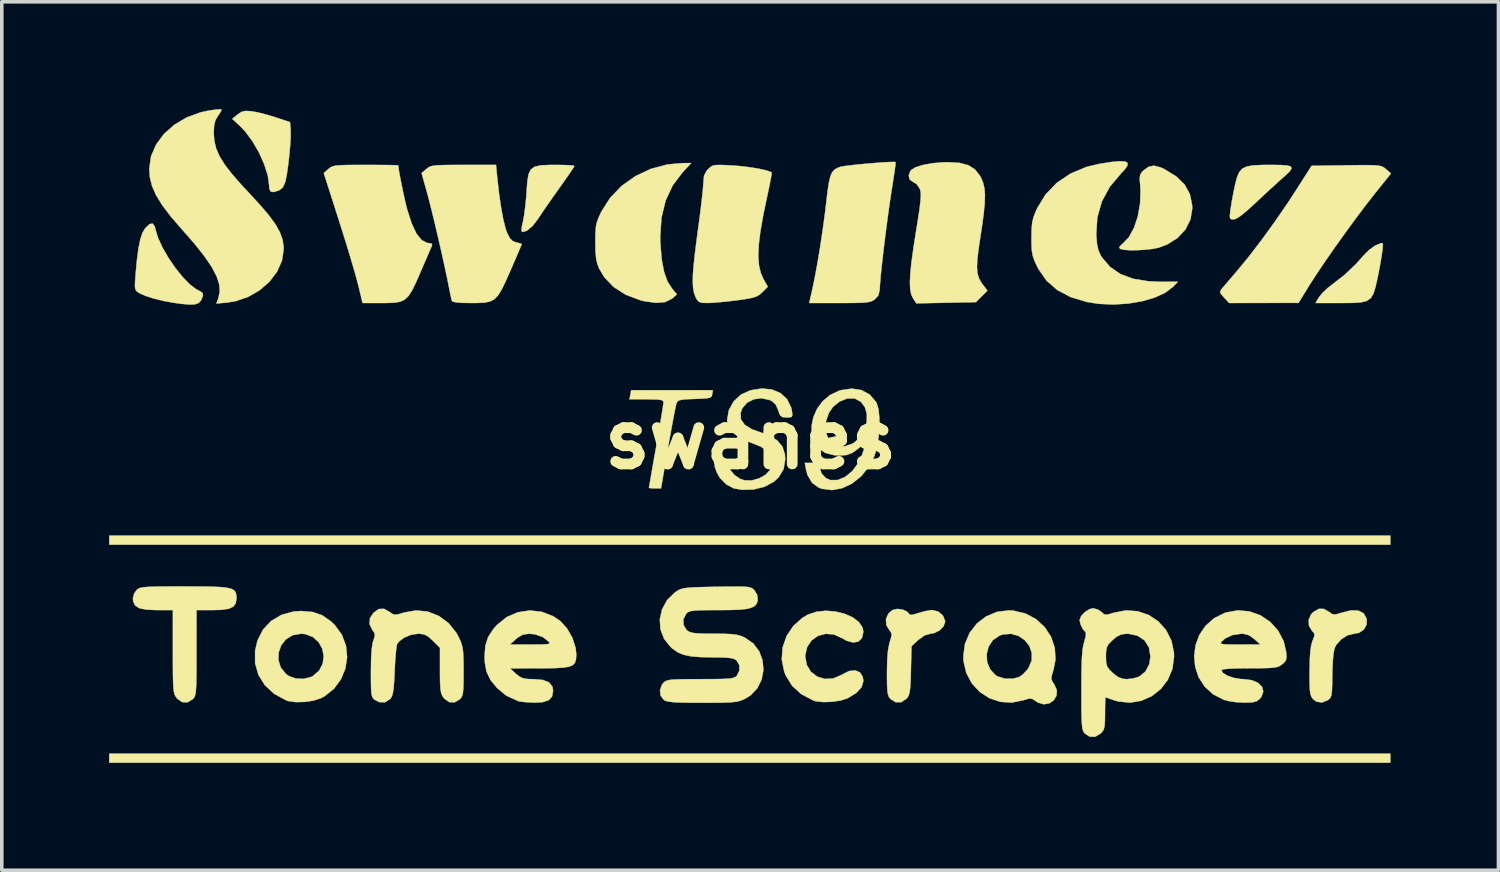
<source format=kicad_pcb>
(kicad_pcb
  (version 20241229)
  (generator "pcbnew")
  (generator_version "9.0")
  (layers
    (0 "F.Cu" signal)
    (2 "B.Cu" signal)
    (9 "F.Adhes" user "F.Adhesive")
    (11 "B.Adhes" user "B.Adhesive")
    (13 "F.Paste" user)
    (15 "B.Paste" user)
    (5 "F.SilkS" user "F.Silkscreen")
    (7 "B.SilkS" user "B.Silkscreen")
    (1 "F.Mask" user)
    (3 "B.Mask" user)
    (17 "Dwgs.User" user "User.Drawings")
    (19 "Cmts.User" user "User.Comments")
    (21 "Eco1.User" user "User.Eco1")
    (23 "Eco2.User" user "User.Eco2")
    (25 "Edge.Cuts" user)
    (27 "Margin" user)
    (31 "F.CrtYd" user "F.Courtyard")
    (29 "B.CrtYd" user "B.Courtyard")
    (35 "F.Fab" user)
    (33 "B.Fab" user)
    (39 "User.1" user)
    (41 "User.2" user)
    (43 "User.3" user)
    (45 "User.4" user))
  (footprint "swanes"
    (layer "F.Cu")
    (at 17.937 9.231)
    (property "Reference" "swanes" (at 0 0 0) (layer "F.SilkS") (effects (font (size 1.524 1.524) (thickness 0.3))))
    (attr through_hole)
    (fp_poly (pts (xy 17.882 2.946) (xy -17.932 2.946) (xy -17.932 2.692) (xy 17.882 2.692) (xy 17.882 2.946)) (stroke (width 0.01) (type solid)) (fill yes) (layer "F.SilkS"))
    (fp_poly (pts (xy 17.882 9.042) (xy -17.932 9.042) (xy -17.932 8.788) (xy 17.882 8.788) (xy 17.882 9.042)) (stroke (width 0.01) (type solid)) (fill yes) (layer "F.SilkS"))
    (fp_poly (pts (xy 17.674 -5.44) (xy 17.664 -5.311) (xy 17.637 -5.118) (xy 17.597 -4.878) (xy 17.545 -4.609) (xy 17.522 -4.499) (xy 17.466 -4.25) (xy 17.409 -4.069) (xy 17.335 -3.946) (xy 17.227 -3.87) (xy 17.069 -3.829) (xy 16.845 -3.813) (xy 16.537 -3.81) (xy 16.498 -3.81) (xy 15.793 -3.81) (xy 15.885 -3.967) (xy 15.977 -4.083) (xy 16.119 -4.219) (xy 16.231 -4.307) (xy 16.611 -4.604) (xy 16.925 -4.903) (xy 17.11 -5.112) (xy 17.283 -5.289) (xy 17.462 -5.418) (xy 17.623 -5.482) (xy 17.665 -5.486) (xy 17.674 -5.44)) (stroke (width 0.01) (type solid)) (fill yes) (layer "F.SilkS"))
    (fp_poly (pts (xy -13.977 -9.173) (xy -13.945 -9.169) (xy -13.771 -9.137) (xy -13.547 -9.08) (xy -13.316 -9.012) (xy -13.284 -9.001) (xy -12.878 -8.865) (xy -12.861 -8.636) (xy -12.861 -8.464) (xy -12.874 -8.224) (xy -12.899 -7.948) (xy -12.931 -7.667) (xy -12.967 -7.413) (xy -13.005 -7.219) (xy -13.01 -7.199) (xy -13.083 -7.036) (xy -13.188 -6.957) (xy -13.341 -6.912) (xy -13.425 -6.929) (xy -13.459 -7.017) (xy -13.463 -7.099) (xy -13.5 -7.372) (xy -13.599 -7.686) (xy -13.746 -8.015) (xy -13.928 -8.33) (xy -14.132 -8.606) (xy -14.27 -8.751) (xy -14.494 -8.958) (xy -14.346 -9.079) (xy -14.24 -9.152) (xy -14.132 -9.18) (xy -13.977 -9.173)) (stroke (width 0.01) (type solid)) (fill yes) (layer "F.SilkS"))
    (fp_poly (pts (xy -5.237 -7.668) (xy -5.063 -7.661) (xy -4.954 -7.65) (xy -4.928 -7.641) (xy -4.956 -7.591) (xy -5.033 -7.475) (xy -5.149 -7.307) (xy -5.292 -7.104) (xy -5.353 -7.019) (xy -5.522 -6.781) (xy -5.685 -6.548) (xy -5.825 -6.345) (xy -5.924 -6.195) (xy -5.938 -6.173) (xy -6.098 -5.962) (xy -6.256 -5.833) (xy -6.381 -5.793) (xy -6.408 -5.827) (xy -6.399 -5.938) (xy -6.367 -6.083) (xy -6.334 -6.262) (xy -6.302 -6.504) (xy -6.275 -6.771) (xy -6.265 -6.924) (xy -6.244 -7.21) (xy -6.21 -7.412) (xy -6.146 -7.544) (xy -6.036 -7.621) (xy -5.866 -7.659) (xy -5.618 -7.67) (xy -5.454 -7.671) (xy -5.237 -7.668)) (stroke (width 0.01) (type solid)) (fill yes) (layer "F.SilkS"))
    (fp_poly (pts (xy 14.804 -7.668) (xy 14.997 -7.655) (xy 15.101 -7.626) (xy 15.122 -7.572) (xy 15.066 -7.487) (xy 14.938 -7.365) (xy 14.853 -7.29) (xy 14.725 -7.175) (xy 14.546 -7.012) (xy 14.34 -6.822) (xy 14.131 -6.625) (xy 14.122 -6.617) (xy 13.88 -6.396) (xy 13.697 -6.247) (xy 13.569 -6.166) (xy 13.501 -6.147) (xy 13.433 -6.152) (xy 13.4 -6.181) (xy 13.396 -6.26) (xy 13.413 -6.411) (xy 13.419 -6.45) (xy 13.453 -6.668) (xy 13.501 -6.921) (xy 13.541 -7.11) (xy 13.594 -7.317) (xy 13.656 -7.466) (xy 13.743 -7.566) (xy 13.871 -7.627) (xy 14.058 -7.658) (xy 14.319 -7.67) (xy 14.516 -7.671) (xy 14.804 -7.668)) (stroke (width 0.01) (type solid)) (fill yes) (layer "F.SilkS"))
    (fp_poly (pts (xy 11.45 -7.605) (xy 11.569 -7.551) (xy 11.899 -7.347) (xy 12.134 -7.117) (xy 12.279 -6.851) (xy 12.341 -6.544) (xy 12.344 -6.448) (xy 12.294 -6.143) (xy 12.155 -5.866) (xy 11.935 -5.63) (xy 11.646 -5.448) (xy 11.419 -5.361) (xy 11.25 -5.325) (xy 11.037 -5.3) (xy 10.809 -5.287) (xy 10.595 -5.286) (xy 10.424 -5.298) (xy 10.325 -5.325) (xy 10.304 -5.372) (xy 10.368 -5.443) (xy 10.402 -5.469) (xy 10.575 -5.653) (xy 10.718 -5.915) (xy 10.823 -6.234) (xy 10.886 -6.59) (xy 10.898 -6.961) (xy 10.888 -7.117) (xy 10.875 -7.287) (xy 10.889 -7.392) (xy 10.935 -7.469) (xy 10.978 -7.512) (xy 11.125 -7.619) (xy 11.273 -7.649) (xy 11.45 -7.605)) (stroke (width 0.01) (type solid)) (fill yes) (layer "F.SilkS"))
    (fp_poly (pts (xy -1.902 -7.466) (xy -2.18 -7.098) (xy -2.378 -6.675) (xy -2.494 -6.196) (xy -2.531 -5.656) (xy -2.525 -5.461) (xy -2.488 -5.027) (xy -2.422 -4.68) (xy -2.325 -4.41) (xy -2.198 -4.212) (xy -2.063 -4.051) (xy -2.203 -3.93) (xy -2.389 -3.837) (xy -2.647 -3.814) (xy -2.977 -3.861) (xy -3.086 -3.888) (xy -3.494 -4.041) (xy -3.833 -4.258) (xy -4.095 -4.533) (xy -4.236 -4.772) (xy -4.289 -4.909) (xy -4.322 -5.059) (xy -4.339 -5.252) (xy -4.343 -5.513) (xy -4.341 -5.755) (xy -4.329 -5.928) (xy -4.301 -6.067) (xy -4.25 -6.205) (xy -4.173 -6.368) (xy -3.929 -6.751) (xy -3.608 -7.084) (xy -3.225 -7.356) (xy -2.795 -7.559) (xy -2.333 -7.683) (xy -1.911 -7.721) (xy -1.662 -7.722) (xy -1.902 -7.466)) (stroke (width 0.01) (type solid)) (fill yes) (layer "F.SilkS"))
    (fp_poly (pts (xy -16.664 -5.957) (xy -16.641 -5.869) (xy -16.569 -5.631) (xy -16.443 -5.359) (xy -16.278 -5.074) (xy -16.087 -4.794) (xy -15.885 -4.541) (xy -15.685 -4.335) (xy -15.503 -4.196) (xy -15.442 -4.165) (xy -15.337 -4.106) (xy -15.312 -4.036) (xy -15.321 -3.994) (xy -15.366 -3.883) (xy -15.432 -3.811) (xy -15.535 -3.773) (xy -15.692 -3.767) (xy -15.92 -3.787) (xy -16.127 -3.816) (xy -16.411 -3.867) (xy -16.686 -3.935) (xy -16.923 -4.011) (xy -17.092 -4.086) (xy -17.112 -4.098) (xy -17.17 -4.141) (xy -17.203 -4.195) (xy -17.215 -4.284) (xy -17.21 -4.432) (xy -17.198 -4.589) (xy -17.159 -5.012) (xy -17.115 -5.344) (xy -17.063 -5.596) (xy -17.003 -5.776) (xy -16.93 -5.897) (xy -16.929 -5.898) (xy -16.81 -6.013) (xy -16.723 -6.033) (xy -16.664 -5.957)) (stroke (width 0.01) (type solid)) (fill yes) (layer "F.SilkS"))
    (fp_poly (pts (xy 17.417 -7.662) (xy 17.541 -7.652) (xy 17.625 -7.635) (xy 17.685 -7.609) (xy 17.735 -7.573) (xy 17.76 -7.552) (xy 17.9 -7.432) (xy 17.456 -6.878) (xy 17.204 -6.556) (xy 16.923 -6.183) (xy 16.63 -5.782) (xy 16.338 -5.374) (xy 16.063 -4.979) (xy 15.82 -4.618) (xy 15.623 -4.313) (xy 15.604 -4.282) (xy 15.316 -3.814) (xy 14.348 -3.812) (xy 13.379 -3.81) (xy 13.234 -3.962) (xy 13.145 -4.063) (xy 13.122 -4.128) (xy 13.155 -4.19) (xy 13.166 -4.203) (xy 13.231 -4.279) (xy 13.343 -4.41) (xy 13.486 -4.576) (xy 13.581 -4.687) (xy 13.923 -5.102) (xy 14.291 -5.582) (xy 14.666 -6.101) (xy 15.03 -6.632) (xy 15.238 -6.951) (xy 15.681 -7.645) (xy 16.65 -7.659) (xy 16.987 -7.664) (xy 17.237 -7.665) (xy 17.417 -7.662)) (stroke (width 0.01) (type solid)) (fill yes) (layer "F.SilkS"))
    (fp_poly (pts (xy -1.076 -1.257) (xy -1.09 -1.204) (xy -1.127 -1.169) (xy -1.206 -1.148) (xy -1.348 -1.137) (xy -1.564 -1.128) (xy -1.787 -1.12) (xy -1.929 -1.106) (xy -2.012 -1.084) (xy -2.055 -1.047) (xy -2.076 -1.001) (xy -2.096 -0.92) (xy -2.13 -0.754) (xy -2.175 -0.521) (xy -2.227 -0.235) (xy -2.285 0.086) (xy -2.312 0.241) (xy -2.507 1.372) (xy -2.676 1.372) (xy -2.79 1.368) (xy -2.844 1.359) (xy -2.845 1.357) (xy -2.836 1.305) (xy -2.812 1.168) (xy -2.776 0.958) (xy -2.729 0.692) (xy -2.674 0.382) (xy -2.642 0.202) (xy -2.584 -0.131) (xy -2.532 -0.433) (xy -2.489 -0.689) (xy -2.458 -0.884) (xy -2.441 -1.003) (xy -2.439 -1.029) (xy -2.45 -1.071) (xy -2.495 -1.097) (xy -2.593 -1.111) (xy -2.762 -1.117) (xy -2.914 -1.118) (xy -3.39 -1.118) (xy -3.365 -1.245) (xy -3.341 -1.372) (xy -1.06 -1.372) (xy -1.076 -1.257)) (stroke (width 0.01) (type solid)) (fill yes) (layer "F.SilkS"))
    (fp_poly (pts (xy 4.052 -7.749) (xy 4.049 -7.698) (xy 4.032 -7.563) (xy 4.003 -7.363) (xy 3.965 -7.114) (xy 3.939 -6.954) (xy 3.894 -6.66) (xy 3.846 -6.321) (xy 3.797 -5.955) (xy 3.749 -5.58) (xy 3.705 -5.213) (xy 3.667 -4.874) (xy 3.636 -4.579) (xy 3.616 -4.347) (xy 3.607 -4.195) (xy 3.607 -4.182) (xy 3.568 -4.02) (xy 3.473 -3.915) (xy 3.416 -3.876) (xy 3.349 -3.848) (xy 3.256 -3.83) (xy 3.118 -3.818) (xy 2.92 -3.812) (xy 2.646 -3.81) (xy 2.487 -3.81) (xy 1.635 -3.81) (xy 1.709 -4.128) (xy 1.782 -4.472) (xy 1.86 -4.891) (xy 1.938 -5.355) (xy 2.011 -5.837) (xy 2.075 -6.309) (xy 2.11 -6.604) (xy 2.149 -6.933) (xy 2.186 -7.175) (xy 2.227 -7.347) (xy 2.276 -7.462) (xy 2.342 -7.538) (xy 2.429 -7.588) (xy 2.508 -7.617) (xy 2.599 -7.635) (xy 2.761 -7.656) (xy 2.972 -7.68) (xy 3.21 -7.702) (xy 3.454 -7.723) (xy 3.682 -7.74) (xy 3.873 -7.751) (xy 4.003 -7.755) (xy 4.052 -7.749)) (stroke (width 0.01) (type solid)) (fill yes) (layer "F.SilkS"))
    (fp_poly (pts (xy 5.838 -7.727) (xy 6.085 -7.662) (xy 6.271 -7.544) (xy 6.411 -7.365) (xy 6.439 -7.314) (xy 6.497 -7.176) (xy 6.534 -7.02) (xy 6.549 -6.831) (xy 6.542 -6.597) (xy 6.513 -6.3) (xy 6.463 -5.928) (xy 6.423 -5.671) (xy 6.369 -5.307) (xy 6.336 -5.026) (xy 6.326 -4.811) (xy 6.339 -4.645) (xy 6.377 -4.511) (xy 6.44 -4.393) (xy 6.488 -4.326) (xy 6.617 -4.155) (xy 6.457 -3.995) (xy 6.297 -3.835) (xy 4.632 -3.8) (xy 4.538 -3.943) (xy 4.489 -4.047) (xy 4.46 -4.189) (xy 4.451 -4.379) (xy 4.462 -4.626) (xy 4.494 -4.942) (xy 4.548 -5.337) (xy 4.62 -5.799) (xy 4.678 -6.159) (xy 4.719 -6.432) (xy 4.744 -6.635) (xy 4.756 -6.781) (xy 4.755 -6.885) (xy 4.742 -6.961) (xy 4.726 -7.006) (xy 4.639 -7.135) (xy 4.54 -7.194) (xy 4.446 -7.26) (xy 4.418 -7.373) (xy 4.462 -7.496) (xy 4.494 -7.535) (xy 4.618 -7.608) (xy 4.821 -7.67) (xy 5.078 -7.717) (xy 5.367 -7.743) (xy 5.512 -7.746) (xy 5.838 -7.727)) (stroke (width 0.01) (type solid)) (fill yes) (layer "F.SilkS"))
    (fp_poly (pts (xy -10.475 -7.67) (xy -10.222 -7.668) (xy -10.024 -7.665) (xy -9.896 -7.662) (xy -9.855 -7.658) (xy -9.844 -7.568) (xy -9.816 -7.405) (xy -9.775 -7.194) (xy -9.727 -6.961) (xy -9.678 -6.731) (xy -9.631 -6.532) (xy -9.601 -6.414) (xy -9.477 -6.032) (xy -9.344 -5.75) (xy -9.201 -5.57) (xy -9.048 -5.49) (xy -9.003 -5.486) (xy -8.913 -5.466) (xy -8.907 -5.423) (xy -8.937 -5.355) (xy -8.998 -5.213) (xy -9.084 -5.015) (xy -9.185 -4.78) (xy -9.22 -4.699) (xy -9.355 -4.39) (xy -9.466 -4.163) (xy -9.568 -4.004) (xy -9.677 -3.902) (xy -9.806 -3.844) (xy -9.972 -3.818) (xy -10.189 -3.81) (xy -10.305 -3.81) (xy -10.851 -3.81) (xy -10.97 -4.305) (xy -11.019 -4.491) (xy -11.093 -4.754) (xy -11.188 -5.074) (xy -11.296 -5.433) (xy -11.414 -5.811) (xy -11.512 -6.121) (xy -11.935 -7.442) (xy -11.807 -7.556) (xy -11.756 -7.597) (xy -11.7 -7.627) (xy -11.621 -7.647) (xy -11.504 -7.66) (xy -11.334 -7.667) (xy -11.093 -7.67) (xy -10.767 -7.671) (xy -10.767 -7.671) (xy -10.475 -7.67)) (stroke (width 0.01) (type solid)) (fill yes) (layer "F.SilkS"))
    (fp_poly (pts (xy -7.087 -7.328) (xy -7.036 -6.875) (xy -6.978 -6.474) (xy -6.916 -6.14) (xy -6.851 -5.886) (xy -6.812 -5.776) (xy -6.734 -5.622) (xy -6.653 -5.54) (xy -6.555 -5.504) (xy -6.448 -5.478) (xy -6.401 -5.458) (xy -6.401 -5.458) (xy -6.42 -5.408) (xy -6.473 -5.282) (xy -6.552 -5.096) (xy -6.652 -4.866) (xy -6.706 -4.74) (xy -6.846 -4.424) (xy -6.96 -4.189) (xy -7.063 -4.023) (xy -7.169 -3.914) (xy -7.292 -3.851) (xy -7.446 -3.82) (xy -7.646 -3.811) (xy -7.802 -3.81) (xy -8.067 -3.814) (xy -8.241 -3.828) (xy -8.334 -3.852) (xy -8.355 -3.873) (xy -8.375 -3.955) (xy -8.406 -4.101) (xy -8.434 -4.242) (xy -8.491 -4.526) (xy -8.566 -4.876) (xy -8.652 -5.267) (xy -8.746 -5.672) (xy -8.839 -6.069) (xy -8.928 -6.433) (xy -9.005 -6.738) (xy -9.048 -6.896) (xy -9.201 -7.442) (xy -9.068 -7.556) (xy -9.016 -7.597) (xy -8.958 -7.627) (xy -8.878 -7.648) (xy -8.76 -7.66) (xy -8.588 -7.667) (xy -8.346 -7.67) (xy -8.028 -7.671) (xy -7.12 -7.671) (xy -7.087 -7.328)) (stroke (width 0.01) (type solid)) (fill yes) (layer "F.SilkS"))
    (fp_poly (pts (xy 4.251 4.761) (xy 4.375 4.819) (xy 4.411 4.86) (xy 4.448 4.903) (xy 4.51 4.909) (xy 4.626 4.878) (xy 4.693 4.856) (xy 4.868 4.807) (xy 5.031 4.778) (xy 5.082 4.775) (xy 5.245 4.817) (xy 5.373 4.926) (xy 5.434 5.073) (xy 5.436 5.102) (xy 5.39 5.232) (xy 5.275 5.347) (xy 5.121 5.421) (xy 5.022 5.436) (xy 4.859 5.483) (xy 4.686 5.609) (xy 4.496 5.783) (xy 4.479 6.46) (xy 4.471 6.74) (xy 4.46 6.937) (xy 4.443 7.07) (xy 4.418 7.159) (xy 4.382 7.222) (xy 4.356 7.252) (xy 4.209 7.349) (xy 4.05 7.35) (xy 3.912 7.264) (xy 3.869 7.212) (xy 3.84 7.142) (xy 3.822 7.036) (xy 3.813 6.875) (xy 3.81 6.638) (xy 3.81 6.53) (xy 3.817 6.167) (xy 3.84 5.893) (xy 3.879 5.695) (xy 3.889 5.665) (xy 3.933 5.52) (xy 3.94 5.436) (xy 3.909 5.377) (xy 3.889 5.355) (xy 3.792 5.197) (xy 3.781 5.025) (xy 3.851 4.869) (xy 3.967 4.773) (xy 4.1 4.742) (xy 4.251 4.761)) (stroke (width 0.01) (type solid)) (fill yes) (layer "F.SilkS"))
    (fp_poly (pts (xy 10.468 -7.766) (xy 10.538 -7.723) (xy 10.529 -7.644) (xy 10.444 -7.527) (xy 10.36 -7.44) (xy 10.042 -7.063) (xy 9.819 -6.651) (xy 9.691 -6.207) (xy 9.66 -5.734) (xy 9.663 -5.684) (xy 9.683 -5.453) (xy 9.719 -5.288) (xy 9.78 -5.15) (xy 9.822 -5.082) (xy 10.049 -4.817) (xy 10.336 -4.62) (xy 10.689 -4.488) (xy 11.116 -4.418) (xy 11.445 -4.404) (xy 11.942 -4.404) (xy 11.807 -4.263) (xy 11.589 -4.097) (xy 11.293 -3.961) (xy 10.938 -3.859) (xy 10.545 -3.793) (xy 10.133 -3.768) (xy 9.722 -3.787) (xy 9.401 -3.838) (xy 8.946 -3.975) (xy 8.57 -4.173) (xy 8.271 -4.434) (xy 8.044 -4.76) (xy 8.016 -4.814) (xy 7.936 -4.985) (xy 7.887 -5.125) (xy 7.861 -5.269) (xy 7.851 -5.453) (xy 7.85 -5.638) (xy 7.854 -5.879) (xy 7.87 -6.055) (xy 7.904 -6.203) (xy 7.964 -6.359) (xy 8.013 -6.466) (xy 8.248 -6.85) (xy 8.561 -7.173) (xy 8.943 -7.429) (xy 9.387 -7.614) (xy 9.732 -7.697) (xy 10.069 -7.751) (xy 10.313 -7.774) (xy 10.468 -7.766)) (stroke (width 0.01) (type solid)) (fill yes) (layer "F.SilkS"))
    (fp_poly (pts (xy -12.248 4.828) (xy -11.98 4.92) (xy -11.737 5.089) (xy -11.627 5.194) (xy -11.428 5.466) (xy -11.315 5.771) (xy -11.283 6.091) (xy -11.331 6.409) (xy -11.454 6.708) (xy -11.649 6.972) (xy -11.913 7.183) (xy -12.016 7.238) (xy -12.219 7.305) (xy -12.466 7.342) (xy -12.716 7.348) (xy -12.927 7.319) (xy -12.982 7.301) (xy -13.32 7.118) (xy -13.582 6.876) (xy -13.762 6.588) (xy -13.855 6.263) (xy -13.855 6.173) (xy -13.204 6.173) (xy -13.139 6.378) (xy -12.997 6.556) (xy -12.91 6.62) (xy -12.717 6.689) (xy -12.492 6.697) (xy -12.285 6.643) (xy -12.245 6.623) (xy -12.065 6.467) (xy -11.965 6.274) (xy -11.937 6.064) (xy -11.977 5.857) (xy -12.079 5.672) (xy -12.238 5.528) (xy -12.449 5.447) (xy -12.573 5.436) (xy -12.808 5.478) (xy -12.994 5.593) (xy -13.126 5.76) (xy -13.197 5.96) (xy -13.204 6.173) (xy -13.855 6.173) (xy -13.856 5.912) (xy -13.788 5.624) (xy -13.634 5.321) (xy -13.406 5.079) (xy -13.116 4.907) (xy -12.779 4.815) (xy -12.573 4.801) (xy -12.248 4.828)) (stroke (width 0.01) (type solid)) (fill yes) (layer "F.SilkS"))
    (fp_poly (pts (xy 2.371 4.815) (xy 2.627 4.879) (xy 2.85 4.978) (xy 3.024 5.109) (xy 3.128 5.264) (xy 3.15 5.379) (xy 3.113 5.551) (xy 3.013 5.654) (xy 2.864 5.682) (xy 2.679 5.631) (xy 2.561 5.563) (xy 2.33 5.457) (xy 2.098 5.438) (xy 1.882 5.496) (xy 1.703 5.622) (xy 1.577 5.808) (xy 1.525 6.043) (xy 1.524 6.071) (xy 1.568 6.311) (xy 1.686 6.502) (xy 1.86 6.635) (xy 2.072 6.7) (xy 2.303 6.688) (xy 2.534 6.59) (xy 2.551 6.579) (xy 2.75 6.479) (xy 2.924 6.461) (xy 3.057 6.518) (xy 3.135 6.648) (xy 3.15 6.762) (xy 3.1 6.93) (xy 2.955 7.089) (xy 2.722 7.233) (xy 2.707 7.241) (xy 2.514 7.303) (xy 2.275 7.339) (xy 2.031 7.347) (xy 1.823 7.324) (xy 1.75 7.302) (xy 1.412 7.123) (xy 1.158 6.892) (xy 0.979 6.601) (xy 0.937 6.494) (xy 0.869 6.156) (xy 0.893 5.82) (xy 1.003 5.501) (xy 1.192 5.218) (xy 1.451 4.988) (xy 1.602 4.9) (xy 1.84 4.82) (xy 2.103 4.794) (xy 2.371 4.815)) (stroke (width 0.01) (type solid)) (fill yes) (layer "F.SilkS"))
    (fp_poly (pts (xy 16.026 4.743) (xy 16.168 4.826) (xy 16.256 4.886) (xy 16.336 4.9) (xy 16.45 4.872) (xy 16.511 4.851) (xy 16.776 4.785) (xy 16.987 4.789) (xy 17.134 4.865) (xy 17.143 4.875) (xy 17.224 5.026) (xy 17.219 5.182) (xy 17.142 5.319) (xy 17.006 5.411) (xy 16.867 5.436) (xy 16.686 5.479) (xy 16.508 5.592) (xy 16.37 5.748) (xy 16.322 5.844) (xy 16.298 5.965) (xy 16.277 6.16) (xy 16.264 6.399) (xy 16.259 6.614) (xy 16.256 6.869) (xy 16.249 7.043) (xy 16.235 7.154) (xy 16.209 7.223) (xy 16.169 7.268) (xy 16.143 7.287) (xy 15.972 7.359) (xy 15.814 7.334) (xy 15.718 7.259) (xy 15.678 7.204) (xy 15.651 7.13) (xy 15.634 7.019) (xy 15.626 6.852) (xy 15.624 6.611) (xy 15.625 6.484) (xy 15.631 6.161) (xy 15.646 5.923) (xy 15.672 5.751) (xy 15.709 5.63) (xy 15.758 5.506) (xy 15.759 5.434) (xy 15.712 5.373) (xy 15.693 5.356) (xy 15.608 5.217) (xy 15.599 5.052) (xy 15.666 4.896) (xy 15.729 4.83) (xy 15.885 4.74) (xy 16.026 4.743)) (stroke (width 0.01) (type solid)) (fill yes) (layer "F.SilkS"))
    (fp_poly (pts (xy -15.412 4.116) (xy -15.08 4.12) (xy -14.827 4.131) (xy -14.644 4.15) (xy -14.518 4.181) (xy -14.439 4.224) (xy -14.397 4.284) (xy -14.379 4.362) (xy -14.376 4.445) (xy -14.396 4.583) (xy -14.463 4.678) (xy -14.591 4.738) (xy -14.795 4.768) (xy -15.048 4.775) (xy -15.494 4.775) (xy -15.494 5.969) (xy -15.494 6.349) (xy -15.496 6.64) (xy -15.501 6.856) (xy -15.509 7.01) (xy -15.522 7.116) (xy -15.541 7.185) (xy -15.567 7.231) (xy -15.596 7.264) (xy -15.744 7.354) (xy -15.899 7.347) (xy -16.039 7.245) (xy -16.049 7.232) (xy -16.083 7.184) (xy -16.109 7.127) (xy -16.127 7.049) (xy -16.14 6.935) (xy -16.148 6.771) (xy -16.152 6.544) (xy -16.154 6.24) (xy -16.154 5.937) (xy -16.154 4.775) (xy -16.612 4.775) (xy -16.893 4.763) (xy -17.088 4.724) (xy -17.207 4.65) (xy -17.263 4.537) (xy -17.272 4.445) (xy -17.237 4.314) (xy -17.17 4.216) (xy -17.133 4.185) (xy -17.086 4.16) (xy -17.014 4.142) (xy -16.906 4.13) (xy -16.748 4.122) (xy -16.528 4.117) (xy -16.233 4.115) (xy -15.849 4.115) (xy -15.836 4.115) (xy -15.412 4.116)) (stroke (width 0.01) (type solid)) (fill yes) (layer "F.SilkS"))
    (fp_poly (pts (xy -14.794 -9.223) (xy -14.808 -9.174) (xy -14.868 -9.076) (xy -14.893 -9.042) (xy -14.965 -8.919) (xy -15.001 -8.775) (xy -15.011 -8.572) (xy -15.011 -8.567) (xy -14.996 -8.346) (xy -14.945 -8.134) (xy -14.852 -7.917) (xy -14.707 -7.683) (xy -14.504 -7.419) (xy -14.235 -7.111) (xy -14.02 -6.881) (xy -13.707 -6.541) (xy -13.464 -6.254) (xy -13.285 -6.008) (xy -13.163 -5.79) (xy -13.09 -5.589) (xy -13.059 -5.393) (xy -13.056 -5.313) (xy -13.105 -4.991) (xy -13.243 -4.684) (xy -13.455 -4.405) (xy -13.729 -4.166) (xy -14.051 -3.98) (xy -14.409 -3.859) (xy -14.635 -3.823) (xy -14.938 -3.796) (xy -14.886 -3.933) (xy -14.843 -4.12) (xy -14.856 -4.324) (xy -14.929 -4.552) (xy -15.065 -4.813) (xy -15.269 -5.113) (xy -15.544 -5.461) (xy -15.895 -5.864) (xy -15.899 -5.867) (xy -16.212 -6.229) (xy -16.451 -6.543) (xy -16.623 -6.822) (xy -16.736 -7.08) (xy -16.798 -7.329) (xy -16.814 -7.563) (xy -16.765 -7.909) (xy -16.625 -8.236) (xy -16.406 -8.533) (xy -16.118 -8.79) (xy -15.772 -8.996) (xy -15.379 -9.141) (xy -15.141 -9.191) (xy -14.971 -9.215) (xy -14.846 -9.226) (xy -14.794 -9.223)) (stroke (width 0.01) (type solid)) (fill yes) (layer "F.SilkS"))
    (fp_poly (pts (xy -0.661 -7.663) (xy -0.516 -7.655) (xy -0.262 -7.635) (xy -0.005 -7.602) (xy 0.232 -7.563) (xy 0.426 -7.52) (xy 0.554 -7.477) (xy 0.586 -7.457) (xy 0.582 -7.404) (xy 0.559 -7.27) (xy 0.521 -7.076) (xy 0.471 -6.838) (xy 0.458 -6.781) (xy 0.347 -6.247) (xy 0.269 -5.799) (xy 0.224 -5.425) (xy 0.212 -5.116) (xy 0.232 -4.859) (xy 0.284 -4.644) (xy 0.361 -4.472) (xy 0.478 -4.264) (xy 0.326 -4.112) (xy 0.248 -4.043) (xy 0.164 -3.994) (xy 0.049 -3.956) (xy -0.119 -3.924) (xy -0.363 -3.889) (xy -0.383 -3.886) (xy -0.642 -3.855) (xy -0.894 -3.83) (xy -1.103 -3.814) (xy -1.201 -3.811) (xy -1.357 -3.815) (xy -1.447 -3.842) (xy -1.505 -3.907) (xy -1.544 -3.983) (xy -1.584 -4.092) (xy -1.609 -4.227) (xy -1.619 -4.399) (xy -1.614 -4.619) (xy -1.591 -4.9) (xy -1.552 -5.254) (xy -1.496 -5.692) (xy -1.473 -5.859) (xy -1.428 -6.198) (xy -1.388 -6.517) (xy -1.356 -6.797) (xy -1.333 -7.02) (xy -1.322 -7.166) (xy -1.321 -7.195) (xy -1.303 -7.371) (xy -1.237 -7.5) (xy -1.189 -7.553) (xy -1.127 -7.611) (xy -1.066 -7.648) (xy -0.982 -7.666) (xy -0.855 -7.67) (xy -0.661 -7.663)) (stroke (width 0.01) (type solid)) (fill yes) (layer "F.SilkS"))
    (fp_poly (pts (xy 7.341 4.79) (xy 7.682 4.871) (xy 7.978 5.029) (xy 8.22 5.252) (xy 8.398 5.524) (xy 8.501 5.831) (xy 8.521 6.158) (xy 8.464 6.449) (xy 8.417 6.602) (xy 8.406 6.697) (xy 8.432 6.772) (xy 8.486 6.85) (xy 8.559 7.014) (xy 8.549 7.168) (xy 8.473 7.296) (xy 8.35 7.382) (xy 8.196 7.409) (xy 8.031 7.361) (xy 7.966 7.318) (xy 7.875 7.258) (xy 7.791 7.247) (xy 7.667 7.281) (xy 7.641 7.291) (xy 7.305 7.361) (xy 6.977 7.34) (xy 6.672 7.237) (xy 6.403 7.063) (xy 6.184 6.826) (xy 6.029 6.537) (xy 5.95 6.205) (xy 5.944 6.071) (xy 5.952 6.006) (xy 6.597 6.006) (xy 6.61 6.225) (xy 6.691 6.428) (xy 6.842 6.591) (xy 6.903 6.63) (xy 7.103 6.691) (xy 7.328 6.694) (xy 7.517 6.641) (xy 7.627 6.557) (xy 7.741 6.431) (xy 7.763 6.4) (xy 7.855 6.189) (xy 7.86 5.977) (xy 7.792 5.781) (xy 7.663 5.616) (xy 7.487 5.497) (xy 7.279 5.438) (xy 7.05 5.456) (xy 6.959 5.487) (xy 6.773 5.613) (xy 6.652 5.794) (xy 6.597 6.006) (xy 5.952 6.006) (xy 5.99 5.722) (xy 6.12 5.412) (xy 6.322 5.151) (xy 6.582 4.951) (xy 6.887 4.825) (xy 7.226 4.783) (xy 7.341 4.79)) (stroke (width 0.01) (type solid)) (fill yes) (layer "F.SilkS"))
    (fp_poly (pts (xy -5.842 4.822) (xy -5.523 4.946) (xy -5.324 5.08) (xy -5.133 5.29) (xy -4.984 5.554) (xy -4.894 5.834) (xy -4.877 6.001) (xy -4.882 6.136) (xy -4.908 6.236) (xy -4.966 6.308) (xy -5.069 6.355) (xy -5.231 6.383) (xy -5.465 6.397) (xy -5.782 6.402) (xy -5.917 6.402) (xy -6.731 6.404) (xy -6.565 6.555) (xy -6.46 6.639) (xy -6.357 6.685) (xy -6.219 6.703) (xy -6.075 6.706) (xy -5.812 6.728) (xy -5.635 6.798) (xy -5.542 6.918) (xy -5.524 7.028) (xy -5.553 7.189) (xy -5.647 7.294) (xy -5.815 7.349) (xy -6.04 7.362) (xy -6.236 7.354) (xy -6.407 7.337) (xy -6.503 7.319) (xy -6.836 7.165) (xy -7.094 6.951) (xy -7.279 6.722) (xy -7.387 6.494) (xy -7.434 6.229) (xy -7.44 6.071) (xy -7.418 5.773) (xy -7.406 5.737) (xy -6.731 5.737) (xy -6.153 5.739) (xy -5.905 5.738) (xy -5.744 5.733) (xy -5.655 5.722) (xy -5.623 5.702) (xy -5.634 5.671) (xy -5.642 5.661) (xy -5.806 5.532) (xy -6.028 5.453) (xy -6.194 5.436) (xy -6.37 5.46) (xy -6.52 5.548) (xy -6.565 5.587) (xy -6.731 5.737) (xy -7.406 5.737) (xy -7.342 5.531) (xy -7.197 5.308) (xy -7.094 5.19) (xy -6.822 4.971) (xy -6.511 4.836) (xy -6.178 4.786) (xy -5.842 4.822)) (stroke (width 0.01) (type solid)) (fill yes) (layer "F.SilkS"))
    (fp_poly (pts (xy 13.945 4.812) (xy 14.254 4.923) (xy 14.526 5.107) (xy 14.747 5.352) (xy 14.902 5.651) (xy 14.969 5.938) (xy 14.981 6.091) (xy 14.961 6.185) (xy 14.896 6.26) (xy 14.858 6.291) (xy 14.798 6.333) (xy 14.729 6.363) (xy 14.634 6.382) (xy 14.495 6.394) (xy 14.295 6.399) (xy 14.014 6.401) (xy 13.938 6.401) (xy 13.616 6.404) (xy 13.374 6.414) (xy 13.219 6.429) (xy 13.158 6.45) (xy 13.157 6.452) (xy 13.204 6.533) (xy 13.325 6.608) (xy 13.496 6.668) (xy 13.69 6.702) (xy 13.773 6.705) (xy 14.007 6.734) (xy 14.185 6.81) (xy 14.296 6.921) (xy 14.33 7.055) (xy 14.278 7.2) (xy 14.224 7.264) (xy 14.146 7.322) (xy 14.038 7.352) (xy 13.871 7.362) (xy 13.78 7.362) (xy 13.565 7.349) (xy 13.358 7.318) (xy 13.232 7.285) (xy 12.928 7.13) (xy 12.693 6.916) (xy 12.526 6.657) (xy 12.428 6.368) (xy 12.398 6.065) (xy 12.436 5.762) (xy 12.46 5.695) (xy 13.141 5.695) (xy 13.16 5.718) (xy 13.234 5.731) (xy 13.376 5.738) (xy 13.601 5.739) (xy 13.672 5.739) (xy 14.249 5.737) (xy 14.083 5.587) (xy 13.93 5.477) (xy 13.767 5.437) (xy 13.713 5.436) (xy 13.474 5.471) (xy 13.266 5.567) (xy 13.16 5.661) (xy 13.141 5.695) (xy 12.46 5.695) (xy 12.541 5.474) (xy 12.714 5.217) (xy 12.953 5.004) (xy 13.259 4.851) (xy 13.277 4.845) (xy 13.614 4.783) (xy 13.945 4.812)) (stroke (width 0.01) (type solid)) (fill yes) (layer "F.SilkS"))
    (fp_poly (pts (xy 0.595 -1.391) (xy 0.836 -1.289) (xy 1.018 -1.12) (xy 1.131 -0.889) (xy 1.151 -0.799) (xy 1.166 -0.675) (xy 1.141 -0.622) (xy 1.054 -0.61) (xy 1.005 -0.61) (xy 0.891 -0.619) (xy 0.826 -0.665) (xy 0.779 -0.777) (xy 0.767 -0.817) (xy 0.701 -0.97) (xy 0.598 -1.063) (xy 0.522 -1.1) (xy 0.299 -1.148) (xy 0.083 -1.118) (xy -0.104 -1.021) (xy -0.236 -0.866) (xy -0.283 -0.736) (xy -0.272 -0.555) (xy -0.164 -0.402) (xy 0.035 -0.279) (xy 0.194 -0.223) (xy 0.514 -0.109) (xy 0.741 0.031) (xy 0.886 0.204) (xy 0.956 0.42) (xy 0.965 0.559) (xy 0.92 0.832) (xy 0.783 1.061) (xy 0.648 1.186) (xy 0.386 1.327) (xy 0.077 1.404) (xy -0.245 1.413) (xy -0.477 1.37) (xy -0.685 1.26) (xy -0.861 1.079) (xy -0.946 0.929) (xy -1.007 0.762) (xy -1.007 0.665) (xy -0.94 0.62) (xy -0.813 0.61) (xy -0.682 0.617) (xy -0.623 0.65) (xy -0.61 0.725) (xy -0.61 0.73) (xy -0.565 0.868) (xy -0.449 1.003) (xy -0.292 1.107) (xy -0.17 1.148) (xy 0.032 1.149) (xy 0.241 1.091) (xy 0.421 0.989) (xy 0.534 0.862) (xy 0.605 0.657) (xy 0.588 0.482) (xy 0.478 0.332) (xy 0.274 0.201) (xy 0.022 0.101) (xy -0.289 -0.032) (xy -0.508 -0.191) (xy -0.632 -0.375) (xy -0.66 -0.53) (xy -0.613 -0.811) (xy -0.479 -1.056) (xy -0.273 -1.249) (xy -0.011 -1.369) (xy 0.309 -1.42) (xy 0.595 -1.391)) (stroke (width 0.01) (type solid)) (fill yes) (layer "F.SilkS"))
    (fp_poly (pts (xy -10.093 4.828) (xy -10.011 4.886) (xy -9.939 4.906) (xy -9.838 4.889) (xy -9.702 4.846) (xy -9.361 4.785) (xy -9.028 4.817) (xy -8.718 4.939) (xy -8.445 5.141) (xy -8.223 5.419) (xy -8.147 5.563) (xy -8.097 5.679) (xy -8.063 5.793) (xy -8.042 5.929) (xy -8.031 6.109) (xy -8.027 6.357) (xy -8.027 6.49) (xy -8.028 6.767) (xy -8.034 6.962) (xy -8.046 7.093) (xy -8.068 7.177) (xy -8.102 7.235) (xy -8.128 7.264) (xy -8.276 7.354) (xy -8.431 7.347) (xy -8.571 7.245) (xy -8.582 7.232) (xy -8.626 7.165) (xy -8.656 7.085) (xy -8.674 6.972) (xy -8.684 6.805) (xy -8.687 6.563) (xy -8.687 6.464) (xy -8.687 5.83) (xy -8.884 5.633) (xy -9.017 5.513) (xy -9.131 5.454) (xy -9.266 5.436) (xy -9.297 5.436) (xy -9.497 5.466) (xy -9.688 5.545) (xy -9.834 5.655) (xy -9.886 5.729) (xy -9.903 5.811) (xy -9.921 5.972) (xy -9.939 6.191) (xy -9.953 6.444) (xy -9.954 6.484) (xy -9.968 6.768) (xy -9.984 6.969) (xy -10.006 7.104) (xy -10.035 7.194) (xy -10.075 7.255) (xy -10.079 7.259) (xy -10.221 7.352) (xy -10.384 7.348) (xy -10.504 7.287) (xy -10.549 7.25) (xy -10.58 7.202) (xy -10.6 7.125) (xy -10.611 7.001) (xy -10.616 6.813) (xy -10.617 6.543) (xy -10.617 6.498) (xy -10.612 6.133) (xy -10.595 5.864) (xy -10.567 5.683) (xy -10.548 5.622) (xy -10.507 5.5) (xy -10.519 5.416) (xy -10.573 5.338) (xy -10.657 5.167) (xy -10.642 4.995) (xy -10.543 4.849) (xy -10.397 4.745) (xy -10.251 4.74) (xy -10.093 4.828)) (stroke (width 0.01) (type solid)) (fill yes) (layer "F.SilkS"))
    (fp_poly (pts (xy 3.101 -1.374) (xy 3.331 -1.247) (xy 3.505 -1.042) (xy 3.521 -1.012) (xy 3.572 -0.846) (xy 3.597 -0.61) (xy 3.597 -0.332) (xy 3.573 -0.041) (xy 3.527 0.234) (xy 3.461 0.461) (xy 3.299 0.776) (xy 3.085 1.038) (xy 2.833 1.238) (xy 2.556 1.368) (xy 2.272 1.42) (xy 1.993 1.384) (xy 1.903 1.351) (xy 1.716 1.216) (xy 1.59 1.003) (xy 1.547 0.846) (xy 1.513 0.66) (xy 1.722 0.66) (xy 1.855 0.667) (xy 1.916 0.699) (xy 1.93 0.77) (xy 1.93 0.776) (xy 1.977 0.949) (xy 2.098 1.084) (xy 2.226 1.141) (xy 2.436 1.138) (xy 2.648 1.048) (xy 2.845 0.884) (xy 3.01 0.659) (xy 3.099 0.471) (xy 3.167 0.278) (xy 3.192 0.17) (xy 3.171 0.141) (xy 3.101 0.182) (xy 3.022 0.248) (xy 2.849 0.376) (xy 2.675 0.441) (xy 2.462 0.454) (xy 2.332 0.445) (xy 2.085 0.381) (xy 1.9 0.253) (xy 1.776 0.074) (xy 1.711 -0.141) (xy 1.708 -0.226) (xy 2.089 -0.226) (xy 2.17 -0.02) (xy 2.231 0.055) (xy 2.415 0.176) (xy 2.62 0.199) (xy 2.84 0.125) (xy 2.901 0.088) (xy 3.073 -0.072) (xy 3.188 -0.272) (xy 3.246 -0.489) (xy 3.247 -0.705) (xy 3.192 -0.899) (xy 3.079 -1.05) (xy 2.91 -1.139) (xy 2.894 -1.143) (xy 2.694 -1.14) (xy 2.489 -1.057) (xy 2.307 -0.914) (xy 2.187 -0.743) (xy 2.095 -0.471) (xy 2.089 -0.226) (xy 1.708 -0.226) (xy 1.703 -0.376) (xy 1.752 -0.618) (xy 1.855 -0.852) (xy 2.01 -1.063) (xy 2.218 -1.237) (xy 2.475 -1.36) (xy 2.52 -1.373) (xy 2.827 -1.417) (xy 3.101 -1.374)) (stroke (width 0.01) (type solid)) (fill yes) (layer "F.SilkS"))
    (fp_poly (pts (xy 9.706 4.76) (xy 9.806 4.828) (xy 9.875 4.888) (xy 9.944 4.905) (xy 10.049 4.882) (xy 10.138 4.853) (xy 10.485 4.784) (xy 10.819 4.807) (xy 11.127 4.912) (xy 11.395 5.09) (xy 11.612 5.332) (xy 11.762 5.628) (xy 11.833 5.967) (xy 11.836 6.071) (xy 11.791 6.416) (xy 11.663 6.723) (xy 11.466 6.98) (xy 11.214 7.18) (xy 10.921 7.31) (xy 10.6 7.363) (xy 10.266 7.328) (xy 10.135 7.288) (xy 10.007 7.243) (xy 9.929 7.217) (xy 9.919 7.214) (xy 9.913 7.261) (xy 9.909 7.386) (xy 9.906 7.568) (xy 9.906 7.662) (xy 9.903 7.883) (xy 9.892 8.027) (xy 9.866 8.12) (xy 9.822 8.187) (xy 9.788 8.221) (xy 9.631 8.316) (xy 9.474 8.312) (xy 9.347 8.23) (xy 9.314 8.191) (xy 9.289 8.14) (xy 9.271 8.065) (xy 9.259 7.951) (xy 9.251 7.784) (xy 9.247 7.551) (xy 9.246 7.238) (xy 9.246 7.012) (xy 9.247 6.617) (xy 9.252 6.308) (xy 9.262 6.072) (xy 9.262 6.071) (xy 9.931 6.071) (xy 9.937 6.242) (xy 9.966 6.354) (xy 10.036 6.45) (xy 10.121 6.532) (xy 10.267 6.646) (xy 10.403 6.697) (xy 10.517 6.706) (xy 10.693 6.686) (xy 10.854 6.637) (xy 10.873 6.629) (xy 11.038 6.489) (xy 11.144 6.285) (xy 11.176 6.071) (xy 11.133 5.817) (xy 11.01 5.621) (xy 10.816 5.491) (xy 10.562 5.437) (xy 10.517 5.436) (xy 10.362 5.454) (xy 10.228 5.521) (xy 10.121 5.609) (xy 10.011 5.719) (xy 9.955 5.815) (xy 9.934 5.939) (xy 9.931 6.071) (xy 9.262 6.071) (xy 9.277 5.895) (xy 9.298 5.761) (xy 9.326 5.659) (xy 9.367 5.505) (xy 9.37 5.408) (xy 9.359 5.391) (xy 9.286 5.305) (xy 9.222 5.174) (xy 9.195 5.056) (xy 9.237 4.945) (xy 9.341 4.833) (xy 9.471 4.75) (xy 9.573 4.724) (xy 9.706 4.76)) (stroke (width 0.01) (type solid)) (fill yes) (layer "F.SilkS"))
    (fp_poly (pts (xy -0.202 4.12) (xy -0.082 4.129) (xy -0.003 4.146) (xy 0.05 4.172) (xy 0.093 4.207) (xy 0.098 4.212) (xy 0.183 4.352) (xy 0.199 4.506) (xy 0.164 4.602) (xy 0.106 4.665) (xy 0.016 4.711) (xy -0.118 4.743) (xy -0.312 4.763) (xy -0.58 4.773) (xy -0.903 4.775) (xy -1.21 4.776) (xy -1.431 4.78) (xy -1.583 4.789) (xy -1.683 4.805) (xy -1.747 4.83) (xy -1.792 4.864) (xy -1.802 4.875) (xy -1.881 5.026) (xy -1.878 5.19) (xy -1.795 5.329) (xy -1.779 5.344) (xy -1.716 5.383) (xy -1.629 5.41) (xy -1.498 5.426) (xy -1.306 5.433) (xy -1.031 5.436) (xy -1.026 5.436) (xy -0.746 5.438) (xy -0.543 5.447) (xy -0.394 5.465) (xy -0.277 5.496) (xy -0.166 5.543) (xy -0.163 5.545) (xy 0.073 5.709) (xy 0.238 5.927) (xy 0.332 6.18) (xy 0.355 6.449) (xy 0.307 6.714) (xy 0.188 6.957) (xy -0.002 7.158) (xy -0.163 7.257) (xy -0.25 7.295) (xy -0.34 7.324) (xy -0.451 7.343) (xy -0.599 7.356) (xy -0.801 7.363) (xy -1.075 7.365) (xy -1.351 7.366) (xy -1.702 7.365) (xy -1.965 7.36) (xy -2.156 7.35) (xy -2.287 7.335) (xy -2.374 7.314) (xy -2.427 7.287) (xy -2.518 7.168) (xy -2.536 7.014) (xy -2.482 6.861) (xy -2.438 6.807) (xy -2.396 6.771) (xy -2.34 6.745) (xy -2.257 6.727) (xy -2.13 6.715) (xy -1.945 6.709) (xy -1.685 6.706) (xy -1.405 6.706) (xy -1.072 6.705) (xy -0.825 6.701) (xy -0.651 6.694) (xy -0.534 6.681) (xy -0.458 6.661) (xy -0.41 6.634) (xy -0.389 6.613) (xy -0.316 6.468) (xy -0.32 6.309) (xy -0.398 6.18) (xy -0.459 6.142) (xy -0.556 6.117) (xy -0.708 6.102) (xy -0.933 6.096) (xy -1.071 6.096) (xy -1.412 6.089) (xy -1.673 6.067) (xy -1.875 6.025) (xy -2.037 5.956) (xy -2.182 5.857) (xy -2.236 5.81) (xy -2.421 5.58) (xy -2.522 5.315) (xy -2.541 5.034) (xy -2.479 4.756) (xy -2.339 4.499) (xy -2.122 4.284) (xy -2.091 4.263) (xy -2.024 4.22) (xy -1.954 4.188) (xy -1.866 4.165) (xy -1.744 4.149) (xy -1.57 4.138) (xy -1.33 4.131) (xy -1.006 4.124) (xy -0.96 4.124) (xy -0.626 4.118) (xy -0.378 4.117) (xy -0.202 4.12)) (stroke (width 0.01) (type solid)) (fill yes) (layer "F.SilkS")))
  (gr_rect
    (start -3 -3)
    (end 38.842 21.279)
    (stroke (width 0.1) (type default))
    (fill no)
    (layer "Edge.Cuts")))
</source>
